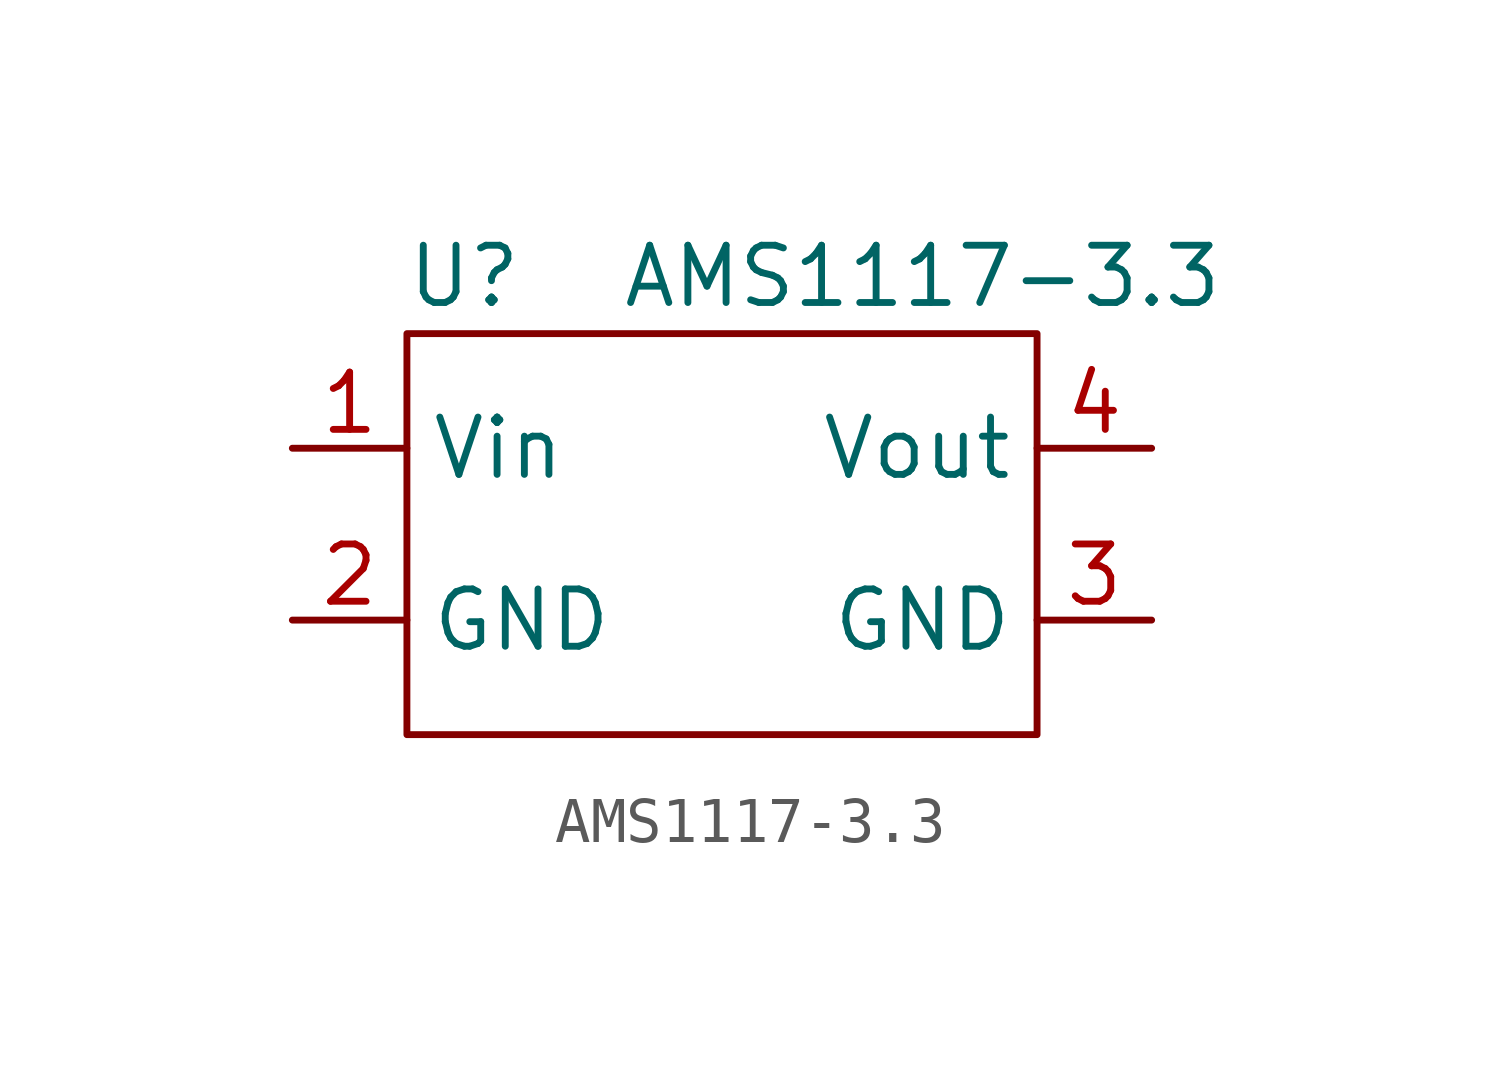
<source format=kicad_sym>
(kicad_symbol_lib
  (version 20211014)
  (generator kicad_symbol_editor)
  (symbol "AMS1117-3.3"
    (property "Reference" "U"
      (at 1.27 1.27 0)
      (effects (font (size 1.27 1.27))))
    (property "Value" "AMS1117-3.3"
      (at 11.43 1.27 0)
      (effects (font (size 1.27 1.27))))
    (symbol "AMS1117-3.3_0_1"
      (rectangle (start 0 0) (end 13.97 -8.89) (stroke (width 0) (type default) (color 0 0 0 0)) (fill (type none))))
    (symbol "AMS1117-3.3_1_1"
      (pin power_in line (at -2.54 -2.54 0) (length 2.54) (name "Vin" (effects (font (size 1.27 1.27)))) (number "1" (effects (font (size 1.27 1.27)))))
      (pin power_in line (at -2.54 -6.35 0) (length 2.54) (name "GND" (effects (font (size 1.27 1.27)))) (number "2" (effects (font (size 1.27 1.27)))))
      (pin power_out line (at 16.51 -6.35 180) (length 2.54) (name "GND" (effects (font (size 1.27 1.27)))) (number "3" (effects (font (size 1.27 1.27)))))
      (pin power_out line (at 16.51 -2.54 180) (length 2.54) (name "Vout" (effects (font (size 1.27 1.27)))) (number "4" (effects (font (size 1.27 1.27))))))))
</source>
